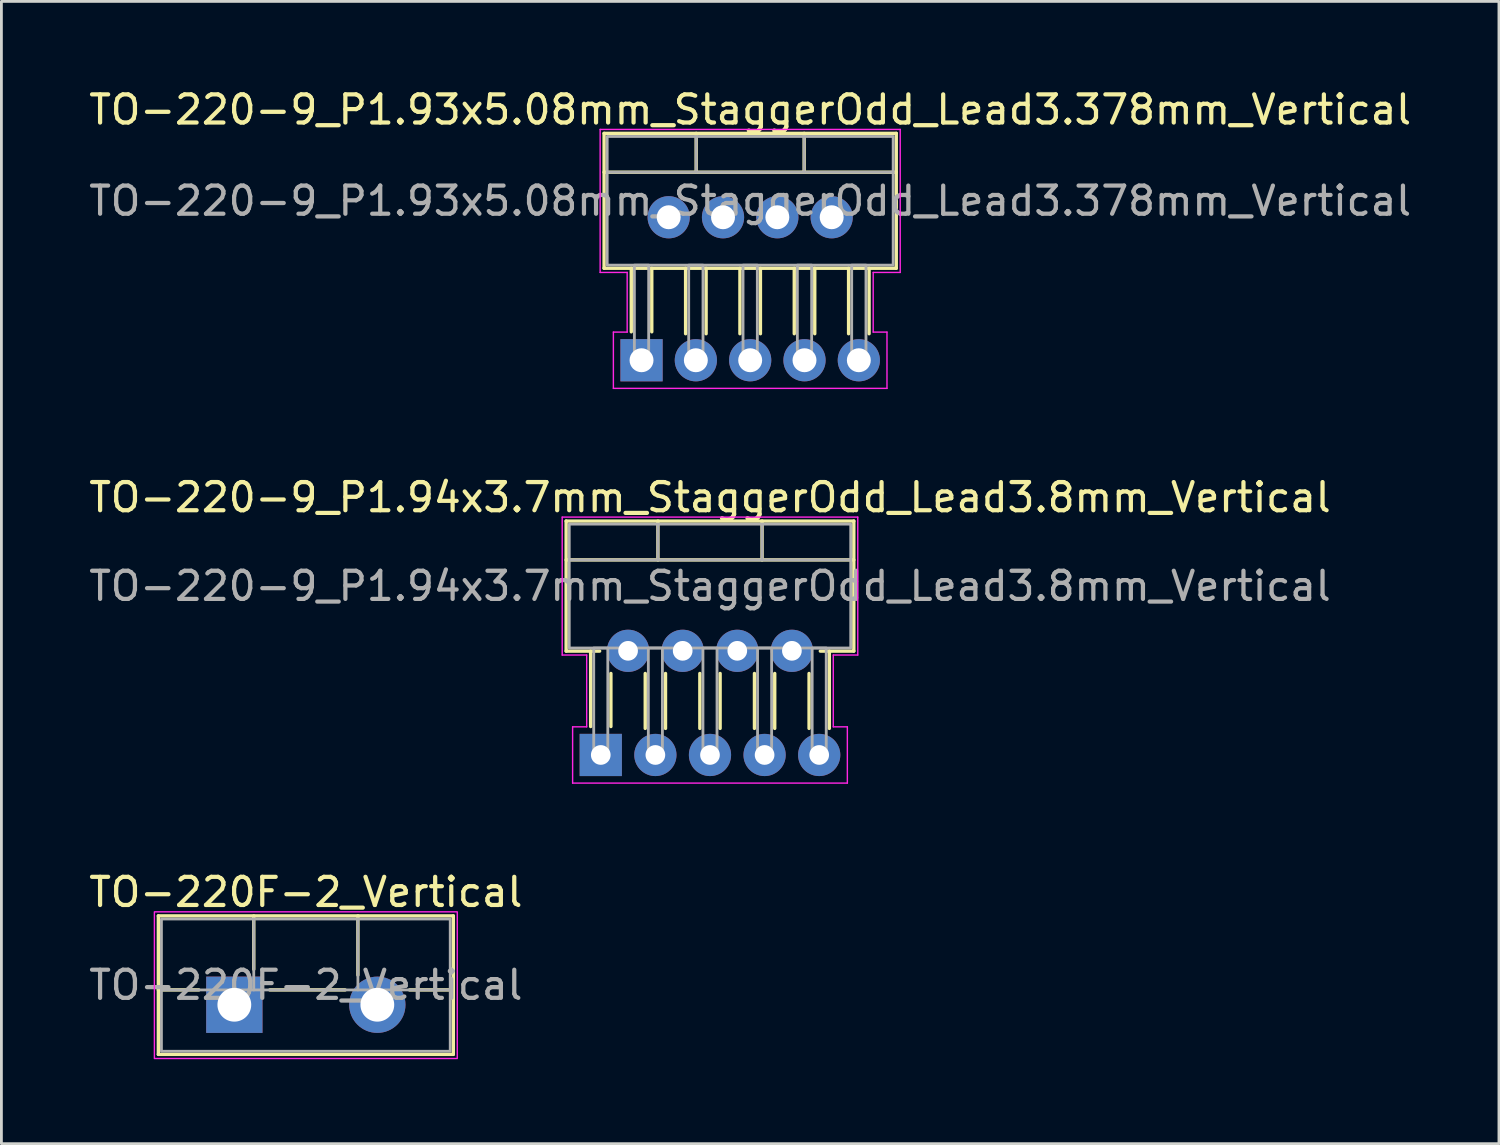
<source format=kicad_pcb>
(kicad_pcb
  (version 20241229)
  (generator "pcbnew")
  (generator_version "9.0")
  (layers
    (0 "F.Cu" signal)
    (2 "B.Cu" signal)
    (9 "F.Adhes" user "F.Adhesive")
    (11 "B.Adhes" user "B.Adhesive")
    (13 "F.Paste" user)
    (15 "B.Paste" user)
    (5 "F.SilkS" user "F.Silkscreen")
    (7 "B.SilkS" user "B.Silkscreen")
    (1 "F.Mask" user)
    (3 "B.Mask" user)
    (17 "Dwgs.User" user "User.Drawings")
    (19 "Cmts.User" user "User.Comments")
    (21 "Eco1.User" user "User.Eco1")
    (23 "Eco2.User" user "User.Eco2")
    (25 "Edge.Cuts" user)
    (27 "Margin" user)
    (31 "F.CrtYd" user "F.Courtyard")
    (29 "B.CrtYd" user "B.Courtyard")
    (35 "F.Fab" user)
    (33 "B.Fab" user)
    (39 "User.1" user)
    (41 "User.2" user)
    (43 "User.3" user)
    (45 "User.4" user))
  (footprint "TO-220-9_P1.93x5.08mm_StaggerOdd_Lead3.378mm_Vertical"
    (layer "F.Cu")
    (at 19.741 9.748)
    (property "Reference" "TO-220-9_P1.93x5.08mm_StaggerOdd_Lead3.378mm_Vertical" (at 3.86 -8.9 0) (layer "F.SilkS") (effects (font (size 1 1) (thickness 0.15))))
    (attr through_hole)
    (fp_line (start -1.33 -8.06) (end 9.05 -8.06) (stroke (width 0.12) (type solid)) (layer "F.SilkS"))
    (fp_line (start -1.33 -6.68) (end 9.05 -6.68) (stroke (width 0.12) (type solid)) (layer "F.SilkS"))
    (fp_line (start -1.33 -3.268) (end -1.33 -8.06) (stroke (width 0.12) (type solid)) (layer "F.SilkS"))
    (fp_line (start -0.364 -3.268) (end -0.364 -1.01) (stroke (width 0.12) (type solid)) (layer "F.SilkS"))
    (fp_line (start 0.364 -3.268) (end 0.364 -1.01) (stroke (width 0.12) (type solid)) (layer "F.SilkS"))
    (fp_line (start 1.566 -3.268) (end 1.566 -0.942) (stroke (width 0.12) (type solid)) (layer "F.SilkS"))
    (fp_line (start 1.942 -8.06) (end 1.942 -6.68) (stroke (width 0.12) (type solid)) (layer "F.SilkS"))
    (fp_line (start 2.294 -3.268) (end 2.294 -0.942) (stroke (width 0.12) (type solid)) (layer "F.SilkS"))
    (fp_line (start 3.496 -3.268) (end 3.496 -0.942) (stroke (width 0.12) (type solid)) (layer "F.SilkS"))
    (fp_line (start 4.224 -3.268) (end 4.224 -0.942) (stroke (width 0.12) (type solid)) (layer "F.SilkS"))
    (fp_line (start 5.426 -3.268) (end 5.426 -0.942) (stroke (width 0.12) (type solid)) (layer "F.SilkS"))
    (fp_line (start 5.778 -8.06) (end 5.778 -6.68) (stroke (width 0.12) (type solid)) (layer "F.SilkS"))
    (fp_line (start 6.154 -3.268) (end 6.154 -0.942) (stroke (width 0.12) (type solid)) (layer "F.SilkS"))
    (fp_line (start 7.356 -3.268) (end 7.356 -0.942) (stroke (width 0.12) (type solid)) (layer "F.SilkS"))
    (fp_line (start 8.084 -3.268) (end 8.084 -0.942) (stroke (width 0.12) (type solid)) (layer "F.SilkS"))
    (fp_line (start 9.05 -8.06) (end 9.05 -3.268) (stroke (width 0.12) (type solid)) (layer "F.SilkS"))
    (fp_line (start 9.05 -3.268) (end -1.33 -3.268) (stroke (width 0.12) (type solid)) (layer "F.SilkS"))
    (fp_line (start -1.47 -8.2) (end 9.19 -8.2) (stroke (width 0.05) (type solid)) (layer "F.CrtYd"))
    (fp_line (start -1.47 -3.12) (end -1.47 -8.2) (stroke (width 0.05) (type solid)) (layer "F.CrtYd"))
    (fp_line (start -1 -1) (end -0.51 -1) (stroke (width 0.05) (type solid)) (layer "F.CrtYd"))
    (fp_line (start -1 1) (end -1 -1) (stroke (width 0.05) (type solid)) (layer "F.CrtYd"))
    (fp_line (start -0.51 -3.12) (end -1.47 -3.12) (stroke (width 0.05) (type solid)) (layer "F.CrtYd"))
    (fp_line (start -0.51 -1) (end -0.51 -3.12) (stroke (width 0.05) (type solid)) (layer "F.CrtYd"))
    (fp_line (start 8.23 -3.12) (end 8.23 -1) (stroke (width 0.05) (type solid)) (layer "F.CrtYd"))
    (fp_line (start 8.23 -1) (end 8.72 -1) (stroke (width 0.05) (type solid)) (layer "F.CrtYd"))
    (fp_line (start 8.72 -1) (end 8.72 1) (stroke (width 0.05) (type solid)) (layer "F.CrtYd"))
    (fp_line (start 8.72 1) (end -1 1) (stroke (width 0.05) (type solid)) (layer "F.CrtYd"))
    (fp_line (start 9.19 -8.2) (end 9.19 -3.12) (stroke (width 0.05) (type solid)) (layer "F.CrtYd"))
    (fp_line (start 9.19 -3.12) (end 8.23 -3.12) (stroke (width 0.05) (type solid)) (layer "F.CrtYd"))
    (fp_line (start -1.22 -6.68) (end 8.94 -6.68) (stroke (width 0.1) (type solid)) (layer "F.Fab"))
    (fp_line (start 1.942 -7.95) (end 1.942 -6.68) (stroke (width 0.1) (type solid)) (layer "F.Fab"))
    (fp_line (start 5.777 -7.95) (end 5.777 -6.68) (stroke (width 0.1) (type solid)) (layer "F.Fab"))
    (fp_rect (start -1.22 -7.95) (end 8.94 -3.378) (stroke (width 0.1) (type solid)) (fill no) (layer "F.Fab"))
    (fp_rect (start -0.254 -3.378) (end 0.254 0) (stroke (width 0.1) (type solid)) (fill no) (layer "F.Fab"))
    (fp_rect (start 1.676 -3.378) (end 2.184 0) (stroke (width 0.1) (type solid)) (fill no) (layer "F.Fab"))
    (fp_rect (start 3.606 -3.378) (end 4.114 0) (stroke (width 0.1) (type solid)) (fill no) (layer "F.Fab"))
    (fp_rect (start 5.536 -3.378) (end 6.044 0) (stroke (width 0.1) (type solid)) (fill no) (layer "F.Fab"))
    (fp_rect (start 7.466 -3.378) (end 7.974 0) (stroke (width 0.1) (type solid)) (fill no) (layer "F.Fab"))
    (fp_text user "${REFERENCE}" (at 3.86 -5.66 0) (layer "F.Fab") (effects (font (size 1 1) (thickness 0.15))))
    (pad "1" thru_hole rect (at 0 0) (size 1.5 1.5) (drill 0.85) (layers "*.Cu" "*.Mask"))
    (pad "2" thru_hole circle (at 0.965 -5.08) (size 1.5 1.5) (drill 0.85) (layers "*.Cu" "*.Mask"))
    (pad "3" thru_hole circle (at 1.93 0) (size 1.5 1.5) (drill 0.85) (layers "*.Cu" "*.Mask"))
    (pad "4" thru_hole circle (at 2.895 -5.08) (size 1.5 1.5) (drill 0.85) (layers "*.Cu" "*.Mask"))
    (pad "5" thru_hole circle (at 3.86 0) (size 1.5 1.5) (drill 0.85) (layers "*.Cu" "*.Mask"))
    (pad "6" thru_hole circle (at 4.825 -5.08) (size 1.5 1.5) (drill 0.85) (layers "*.Cu" "*.Mask"))
    (pad "7" thru_hole circle (at 5.79 0) (size 1.5 1.5) (drill 0.85) (layers "*.Cu" "*.Mask"))
    (pad "8" thru_hole circle (at 6.755 -5.08) (size 1.5 1.5) (drill 0.85) (layers "*.Cu" "*.Mask"))
    (pad "9" thru_hole circle (at 7.72 0) (size 1.5 1.5) (drill 0.85) (layers "*.Cu" "*.Mask")))
  (footprint "TO-220F-2_Vertical"
    (layer "F.Cu")
    (at 5.275 32.645)
    (property "Reference" "TO-220F-2_Vertical" (at 2.54 -4 0) (layer "F.SilkS") (effects (font (size 1 1) (thickness 0.15))))
    (attr through_hole)
    (fp_line (start -2.7 -3.157) (end 7.78 -3.157) (stroke (width 0.12) (type solid)) (layer "F.SilkS"))
    (fp_line (start -2.7 -0.527) (end -1.26 -0.527) (stroke (width 0.12) (type solid)) (layer "F.SilkS"))
    (fp_line (start -2.7 1.763) (end -2.7 -3.157) (stroke (width 0.12) (type solid)) (layer "F.SilkS"))
    (fp_line (start 0.69 -3.157) (end 0.69 -1.26) (stroke (width 0.12) (type solid)) (layer "F.SilkS"))
    (fp_line (start 1.26 -0.527) (end 3.936 -0.527) (stroke (width 0.12) (type solid)) (layer "F.SilkS"))
    (fp_line (start 4.39 -3.157) (end 4.39 -1.054) (stroke (width 0.12) (type solid)) (layer "F.SilkS"))
    (fp_line (start 6.224 -0.527) (end 7.78 -0.527) (stroke (width 0.12) (type solid)) (layer "F.SilkS"))
    (fp_line (start 7.78 -3.157) (end 7.78 1.763) (stroke (width 0.12) (type solid)) (layer "F.SilkS"))
    (fp_line (start 7.78 1.763) (end -2.7 1.763) (stroke (width 0.12) (type solid)) (layer "F.SilkS"))
    (fp_rect (start -2.84 -3.3) (end 7.92 1.91) (stroke (width 0.05) (type solid)) (fill no) (layer "F.CrtYd"))
    (fp_line (start -2.59 -0.527) (end 7.67 -0.527) (stroke (width 0.1) (type solid)) (layer "F.Fab"))
    (fp_line (start 0.69 -3.047) (end 0.69 -0.527) (stroke (width 0.1) (type solid)) (layer "F.Fab"))
    (fp_line (start 4.39 -3.047) (end 4.39 -0.527) (stroke (width 0.1) (type solid)) (layer "F.Fab"))
    (fp_rect (start -2.59 -3.047) (end 7.67 1.653) (stroke (width 0.1) (type solid)) (fill no) (layer "F.Fab"))
    (fp_text user "${REFERENCE}" (at 2.54 -0.7 0) (layer "F.Fab") (effects (font (size 1 1) (thickness 0.15))))
    (pad "1" thru_hole rect (at 0 0) (size 2 2) (drill 1.2) (layers "*.Cu" "*.Mask"))
    (pad "2" thru_hole circle (at 5.08 0) (size 2 2) (drill 1.2) (layers "*.Cu" "*.Mask")))
  (footprint "TO-220-9_P1.94x3.7mm_StaggerOdd_Lead3.8mm_Vertical"
    (layer "F.Cu")
    (at 18.293 23.771)
    (property "Reference" "TO-220-9_P1.94x3.7mm_StaggerOdd_Lead3.8mm_Vertical" (at 3.88 -9.15 0) (layer "F.SilkS") (effects (font (size 1 1) (thickness 0.15))))
    (attr through_hole)
    (fp_line (start -1.23 -8.31) (end 8.99 -8.31) (stroke (width 0.12) (type solid)) (layer "F.SilkS"))
    (fp_line (start -1.23 -6.93) (end 8.99 -6.93) (stroke (width 0.12) (type solid)) (layer "F.SilkS"))
    (fp_line (start -1.23 -3.69) (end -1.23 -8.31) (stroke (width 0.12) (type solid)) (layer "F.SilkS"))
    (fp_line (start -0.36 -3.69) (end -0.36 -1.01) (stroke (width 0.12) (type solid)) (layer "F.SilkS"))
    (fp_line (start -0.04 -3.69) (end -1.23 -3.69) (stroke (width 0.12) (type solid)) (layer "F.SilkS"))
    (fp_line (start 0.36 -2.895) (end 0.36 -1.01) (stroke (width 0.12) (type solid)) (layer "F.SilkS"))
    (fp_line (start 1.58 -2.895) (end 1.58 -0.944) (stroke (width 0.12) (type solid)) (layer "F.SilkS"))
    (fp_line (start 2.03 -8.31) (end 2.03 -6.93) (stroke (width 0.12) (type solid)) (layer "F.SilkS"))
    (fp_line (start 2.3 -2.895) (end 2.3 -0.944) (stroke (width 0.12) (type solid)) (layer "F.SilkS"))
    (fp_line (start 3.52 -2.895) (end 3.52 -0.944) (stroke (width 0.12) (type solid)) (layer "F.SilkS"))
    (fp_line (start 4.24 -2.895) (end 4.24 -0.944) (stroke (width 0.12) (type solid)) (layer "F.SilkS"))
    (fp_line (start 5.46 -2.895) (end 5.46 -0.944) (stroke (width 0.12) (type solid)) (layer "F.SilkS"))
    (fp_line (start 5.73 -8.31) (end 5.73 -6.93) (stroke (width 0.12) (type solid)) (layer "F.SilkS"))
    (fp_line (start 6.18 -2.895) (end 6.18 -0.944) (stroke (width 0.12) (type solid)) (layer "F.SilkS"))
    (fp_line (start 7.4 -2.895) (end 7.4 -0.944) (stroke (width 0.12) (type solid)) (layer "F.SilkS"))
    (fp_line (start 8.12 -3.69) (end 8.12 -0.944) (stroke (width 0.12) (type solid)) (layer "F.SilkS"))
    (fp_line (start 8.99 -8.31) (end 8.99 -3.69) (stroke (width 0.12) (type solid)) (layer "F.SilkS"))
    (fp_line (start 8.99 -3.69) (end 7.8 -3.69) (stroke (width 0.12) (type solid)) (layer "F.SilkS"))
    (fp_line (start -1.37 -8.45) (end 9.13 -8.45) (stroke (width 0.05) (type solid)) (layer "F.CrtYd"))
    (fp_line (start -1.37 -3.55) (end -1.37 -8.45) (stroke (width 0.05) (type solid)) (layer "F.CrtYd"))
    (fp_line (start -1 -1) (end -0.5 -1) (stroke (width 0.05) (type solid)) (layer "F.CrtYd"))
    (fp_line (start -1 1) (end -1 -1) (stroke (width 0.05) (type solid)) (layer "F.CrtYd"))
    (fp_line (start -0.5 -3.55) (end -1.37 -3.55) (stroke (width 0.05) (type solid)) (layer "F.CrtYd"))
    (fp_line (start -0.5 -1) (end -0.5 -3.55) (stroke (width 0.05) (type solid)) (layer "F.CrtYd"))
    (fp_line (start 8.26 -3.55) (end 8.26 -1) (stroke (width 0.05) (type solid)) (layer "F.CrtYd"))
    (fp_line (start 8.26 -1) (end 8.76 -1) (stroke (width 0.05) (type solid)) (layer "F.CrtYd"))
    (fp_line (start 8.76 -1) (end 8.76 1) (stroke (width 0.05) (type solid)) (layer "F.CrtYd"))
    (fp_line (start 8.76 1) (end -1 1) (stroke (width 0.05) (type solid)) (layer "F.CrtYd"))
    (fp_line (start 9.13 -8.45) (end 9.13 -3.55) (stroke (width 0.05) (type solid)) (layer "F.CrtYd"))
    (fp_line (start 9.13 -3.55) (end 8.26 -3.55) (stroke (width 0.05) (type solid)) (layer "F.CrtYd"))
    (fp_line (start -1.12 -6.93) (end 8.88 -6.93) (stroke (width 0.1) (type solid)) (layer "F.Fab"))
    (fp_line (start 2.03 -8.2) (end 2.03 -6.93) (stroke (width 0.1) (type solid)) (layer "F.Fab"))
    (fp_line (start 5.73 -8.2) (end 5.73 -6.93) (stroke (width 0.1) (type solid)) (layer "F.Fab"))
    (fp_rect (start -1.12 -8.2) (end 8.88 -3.8) (stroke (width 0.1) (type solid)) (fill no) (layer "F.Fab"))
    (fp_rect (start -0.25 -3.8) (end 0.25 0) (stroke (width 0.1) (type solid)) (fill no) (layer "F.Fab"))
    (fp_rect (start 0.72 -3.8) (end 1.22 -3.7) (stroke (width 0.1) (type solid)) (fill no) (layer "F.Fab"))
    (fp_rect (start 1.69 -3.8) (end 2.19 0) (stroke (width 0.1) (type solid)) (fill no) (layer "F.Fab"))
    (fp_rect (start 2.66 -3.8) (end 3.16 -3.7) (stroke (width 0.1) (type solid)) (fill no) (layer "F.Fab"))
    (fp_rect (start 3.63 -3.8) (end 4.13 0) (stroke (width 0.1) (type solid)) (fill no) (layer "F.Fab"))
    (fp_rect (start 4.6 -3.8) (end 5.1 -3.7) (stroke (width 0.1) (type solid)) (fill no) (layer "F.Fab"))
    (fp_rect (start 5.57 -3.8) (end 6.07 0) (stroke (width 0.1) (type solid)) (fill no) (layer "F.Fab"))
    (fp_rect (start 6.54 -3.8) (end 7.04 -3.7) (stroke (width 0.1) (type solid)) (fill no) (layer "F.Fab"))
    (fp_rect (start 7.51 -3.8) (end 8.01 0) (stroke (width 0.1) (type solid)) (fill no) (layer "F.Fab"))
    (fp_text user "${REFERENCE}" (at 3.88 -6 0) (layer "F.Fab") (effects (font (size 1 1) (thickness 0.15))))
    (pad "1" thru_hole rect (at 0 0) (size 1.5 1.5) (drill 0.7) (layers "*.Cu" "*.Mask"))
    (pad "2" thru_hole circle (at 0.97 -3.7) (size 1.5 1.5) (drill 0.7) (layers "*.Cu" "*.Mask"))
    (pad "3" thru_hole circle (at 1.94 0) (size 1.5 1.5) (drill 0.7) (layers "*.Cu" "*.Mask"))
    (pad "4" thru_hole circle (at 2.91 -3.7) (size 1.5 1.5) (drill 0.7) (layers "*.Cu" "*.Mask"))
    (pad "5" thru_hole circle (at 3.88 0) (size 1.5 1.5) (drill 0.7) (layers "*.Cu" "*.Mask"))
    (pad "6" thru_hole circle (at 4.85 -3.7) (size 1.5 1.5) (drill 0.7) (layers "*.Cu" "*.Mask"))
    (pad "7" thru_hole circle (at 5.82 0) (size 1.5 1.5) (drill 0.7) (layers "*.Cu" "*.Mask"))
    (pad "8" thru_hole circle (at 6.79 -3.7) (size 1.5 1.5) (drill 0.7) (layers "*.Cu" "*.Mask"))
    (pad "9" thru_hole circle (at 7.76 0) (size 1.5 1.5) (drill 0.7) (layers "*.Cu" "*.Mask")))
  (gr_rect
    (start -3 -3)
    (end 50.202 37.58)
    (stroke (width 0.1) (type default))
    (fill no)
    (layer "Edge.Cuts")))
</source>
